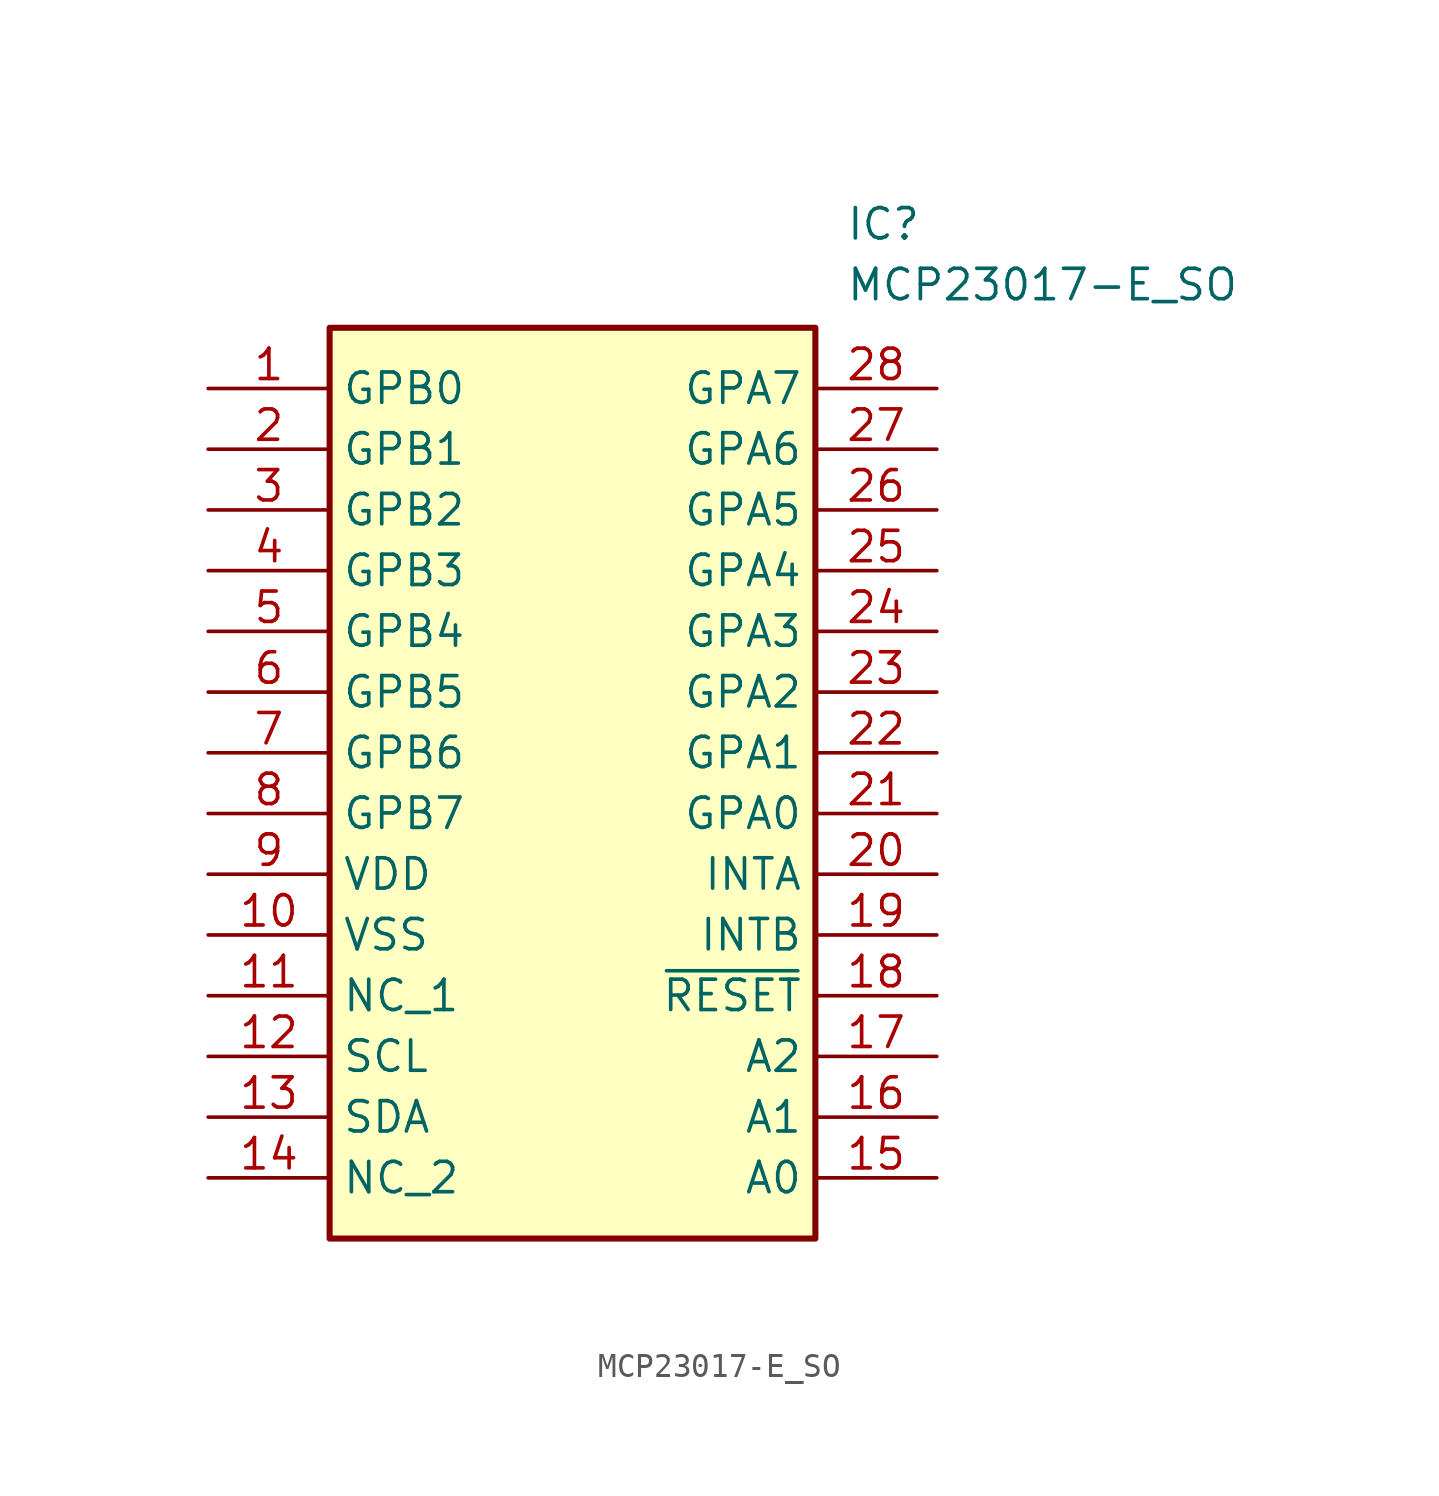
<source format=kicad_sym>
(kicad_symbol_lib
  (version 20220914)
  (generator kicad_symbol_editor)
  (symbol "MCP23017-E_SO"
    (property "Reference" "IC"
      (at 26.67 7.62 0)
      (effects (font (size 1.27 1.27)) (justify left top)))
    (property "Value" "MCP23017-E_SO"
      (at 26.67 5.08 0)
      (effects (font (size 1.27 1.27)) (justify left top)))
    (rectangle
      (start 5.08 2.54)
      (end 25.4 -35.56)
      (stroke (width 0.254) (type default))
      (fill (type background)))
    (pin passive line
      (at 0 0 0)
      (length 5.08)
      (name "GPB0" (effects (font (size 1.27 1.27))))
      (number "1" (effects (font (size 1.27 1.27)))))
    (pin passive line
      (at 0 -2.54 0)
      (length 5.08)
      (name "GPB1" (effects (font (size 1.27 1.27))))
      (number "2" (effects (font (size 1.27 1.27)))))
    (pin passive line
      (at 0 -5.08 0)
      (length 5.08)
      (name "GPB2" (effects (font (size 1.27 1.27))))
      (number "3" (effects (font (size 1.27 1.27)))))
    (pin passive line
      (at 0 -7.62 0)
      (length 5.08)
      (name "GPB3" (effects (font (size 1.27 1.27))))
      (number "4" (effects (font (size 1.27 1.27)))))
    (pin passive line
      (at 0 -10.16 0)
      (length 5.08)
      (name "GPB4" (effects (font (size 1.27 1.27))))
      (number "5" (effects (font (size 1.27 1.27)))))
    (pin passive line
      (at 0 -12.7 0)
      (length 5.08)
      (name "GPB5" (effects (font (size 1.27 1.27))))
      (number "6" (effects (font (size 1.27 1.27)))))
    (pin passive line
      (at 0 -15.24 0)
      (length 5.08)
      (name "GPB6" (effects (font (size 1.27 1.27))))
      (number "7" (effects (font (size 1.27 1.27)))))
    (pin passive line
      (at 0 -17.78 0)
      (length 5.08)
      (name "GPB7" (effects (font (size 1.27 1.27))))
      (number "8" (effects (font (size 1.27 1.27)))))
    (pin passive line
      (at 0 -20.32 0)
      (length 5.08)
      (name "VDD" (effects (font (size 1.27 1.27))))
      (number "9" (effects (font (size 1.27 1.27)))))
    (pin passive line
      (at 0 -22.86 0)
      (length 5.08)
      (name "VSS" (effects (font (size 1.27 1.27))))
      (number "10" (effects (font (size 1.27 1.27)))))
    (pin passive line
      (at 0 -25.4 0)
      (length 5.08)
      (name "NC_1" (effects (font (size 1.27 1.27))))
      (number "11" (effects (font (size 1.27 1.27)))))
    (pin passive line
      (at 0 -27.94 0)
      (length 5.08)
      (name "SCL" (effects (font (size 1.27 1.27))))
      (number "12" (effects (font (size 1.27 1.27)))))
    (pin passive line
      (at 0 -30.48 0)
      (length 5.08)
      (name "SDA" (effects (font (size 1.27 1.27))))
      (number "13" (effects (font (size 1.27 1.27)))))
    (pin passive line
      (at 0 -33.02 0)
      (length 5.08)
      (name "NC_2" (effects (font (size 1.27 1.27))))
      (number "14" (effects (font (size 1.27 1.27)))))
    (pin passive line
      (at 30.48 0 180)
      (length 5.08)
      (name "GPA7" (effects (font (size 1.27 1.27))))
      (number "28" (effects (font (size 1.27 1.27)))))
    (pin passive line
      (at 30.48 -2.54 180)
      (length 5.08)
      (name "GPA6" (effects (font (size 1.27 1.27))))
      (number "27" (effects (font (size 1.27 1.27)))))
    (pin passive line
      (at 30.48 -5.08 180)
      (length 5.08)
      (name "GPA5" (effects (font (size 1.27 1.27))))
      (number "26" (effects (font (size 1.27 1.27)))))
    (pin passive line
      (at 30.48 -7.62 180)
      (length 5.08)
      (name "GPA4" (effects (font (size 1.27 1.27))))
      (number "25" (effects (font (size 1.27 1.27)))))
    (pin passive line
      (at 30.48 -10.16 180)
      (length 5.08)
      (name "GPA3" (effects (font (size 1.27 1.27))))
      (number "24" (effects (font (size 1.27 1.27)))))
    (pin passive line
      (at 30.48 -12.7 180)
      (length 5.08)
      (name "GPA2" (effects (font (size 1.27 1.27))))
      (number "23" (effects (font (size 1.27 1.27)))))
    (pin passive line
      (at 30.48 -15.24 180)
      (length 5.08)
      (name "GPA1" (effects (font (size 1.27 1.27))))
      (number "22" (effects (font (size 1.27 1.27)))))
    (pin passive line
      (at 30.48 -17.78 180)
      (length 5.08)
      (name "GPA0" (effects (font (size 1.27 1.27))))
      (number "21" (effects (font (size 1.27 1.27)))))
    (pin passive line
      (at 30.48 -20.32 180)
      (length 5.08)
      (name "INTA" (effects (font (size 1.27 1.27))))
      (number "20" (effects (font (size 1.27 1.27)))))
    (pin passive line
      (at 30.48 -22.86 180)
      (length 5.08)
      (name "INTB" (effects (font (size 1.27 1.27))))
      (number "19" (effects (font (size 1.27 1.27)))))
    (pin passive line
      (at 30.48 -25.4 180)
      (length 5.08)
      (name "~{RESET}" (effects (font (size 1.27 1.27))))
      (number "18" (effects (font (size 1.27 1.27)))))
    (pin passive line
      (at 30.48 -27.94 180)
      (length 5.08)
      (name "A2" (effects (font (size 1.27 1.27))))
      (number "17" (effects (font (size 1.27 1.27)))))
    (pin passive line
      (at 30.48 -30.48 180)
      (length 5.08)
      (name "A1" (effects (font (size 1.27 1.27))))
      (number "16" (effects (font (size 1.27 1.27)))))
    (pin passive line
      (at 30.48 -33.02 180)
      (length 5.08)
      (name "A0" (effects (font (size 1.27 1.27))))
      (number "15" (effects (font (size 1.27 1.27)))))))
</source>
